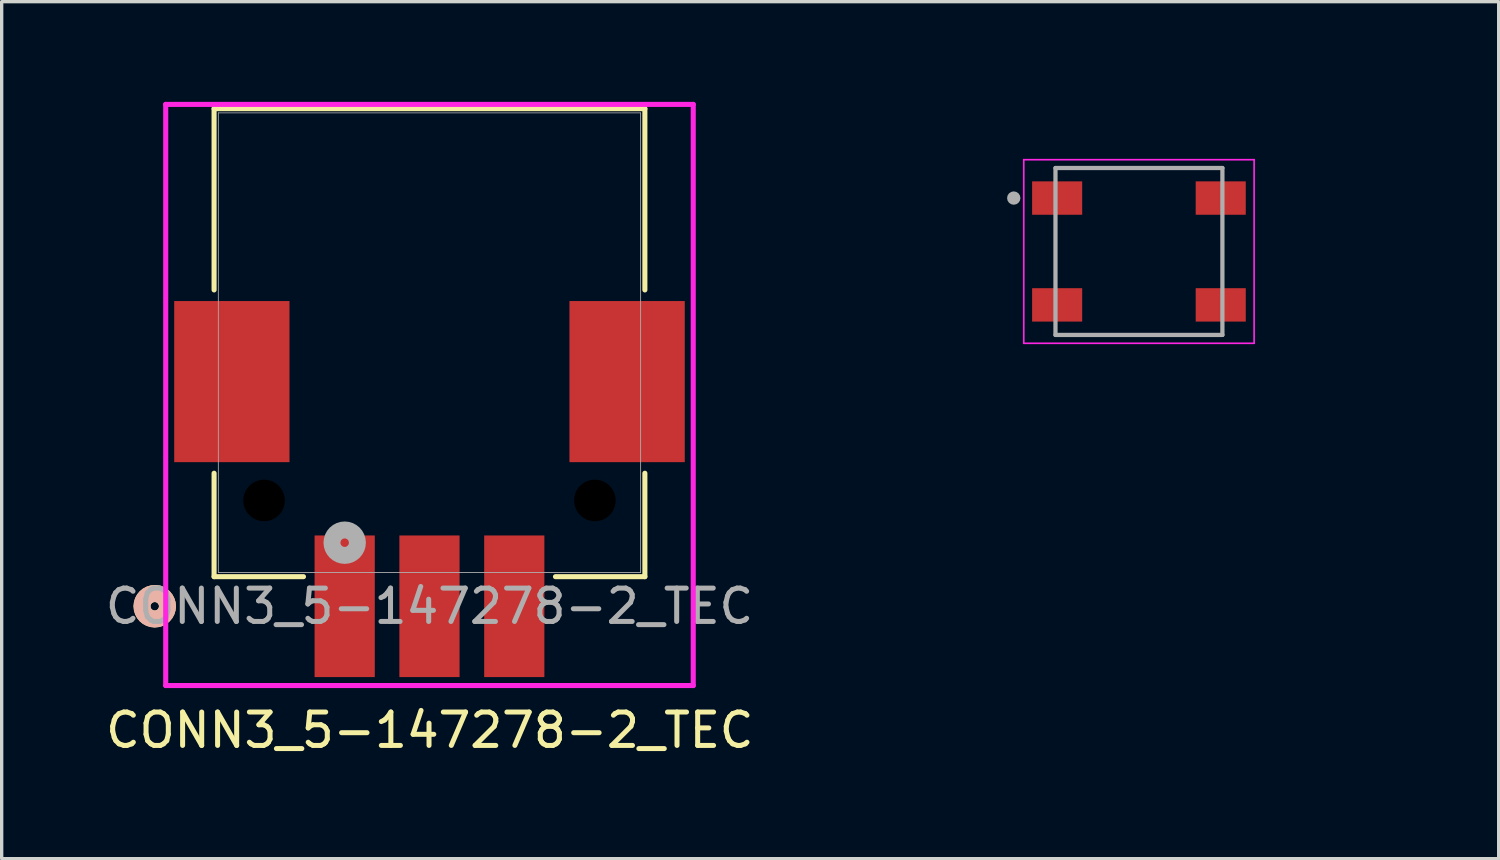
<source format=kicad_pcb>
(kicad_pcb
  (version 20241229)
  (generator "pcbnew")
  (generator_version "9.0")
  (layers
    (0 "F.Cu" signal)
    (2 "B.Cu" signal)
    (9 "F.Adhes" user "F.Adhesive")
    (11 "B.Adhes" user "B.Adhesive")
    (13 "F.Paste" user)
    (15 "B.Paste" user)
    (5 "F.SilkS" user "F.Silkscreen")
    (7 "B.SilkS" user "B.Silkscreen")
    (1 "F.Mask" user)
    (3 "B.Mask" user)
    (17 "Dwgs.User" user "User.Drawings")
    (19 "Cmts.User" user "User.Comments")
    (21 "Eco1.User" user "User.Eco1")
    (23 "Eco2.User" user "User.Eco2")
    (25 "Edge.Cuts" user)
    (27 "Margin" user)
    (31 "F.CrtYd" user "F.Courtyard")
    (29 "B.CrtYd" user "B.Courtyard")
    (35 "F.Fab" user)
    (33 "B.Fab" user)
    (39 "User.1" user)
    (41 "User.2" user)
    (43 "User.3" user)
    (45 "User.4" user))
  (footprint "LED_1655_SS-User.1"
    (layer "F.Cu")
    (at 31.067 4.483)
    (property "Reference" "LED_1655_SS-User.1" (at -0.325 -3.635 0) (layer "User.1") (effects (font (size 1 1) (thickness 0.15))))
    (attr smd)
    (fp_line (start -3.45 -2.75) (end 3.45 -2.75) (stroke (width 0.05) (type solid)) (layer "F.CrtYd"))
    (fp_line (start -3.45 2.75) (end -3.45 -2.75) (stroke (width 0.05) (type solid)) (layer "F.CrtYd"))
    (fp_line (start 3.45 -2.75) (end 3.45 2.75) (stroke (width 0.05) (type solid)) (layer "F.CrtYd"))
    (fp_line (start 3.45 2.75) (end -3.45 2.75) (stroke (width 0.05) (type solid)) (layer "F.CrtYd"))
    (fp_line (start -2.5 -2.5) (end -2.5 2.5) (stroke (width 0.127) (type solid)) (layer "F.Fab"))
    (fp_line (start -2.5 2.5) (end 2.5 2.5) (stroke (width 0.127) (type solid)) (layer "F.Fab"))
    (fp_line (start 2.5 -2.5) (end -2.5 -2.5) (stroke (width 0.127) (type solid)) (layer "F.Fab"))
    (fp_line (start 2.5 2.5) (end 2.5 -2.5) (stroke (width 0.127) (type solid)) (layer "F.Fab"))
    (fp_circle (center -3.75 -1.6) (end -3.65 -1.6) (stroke (width 0.2) (type solid)) (fill no) (layer "F.Fab"))
    (fp_line (start -2.5 0.786) (end -2.5 -0.786) (stroke (width 0.127) (type solid)) (layer "User.1"))
    (fp_line (start -2.5 2.5) (end 2.5 2.5) (stroke (width 0.127) (type solid)) (layer "User.1"))
    (fp_line (start 2.5 -2.5) (end -2.5 -2.5) (stroke (width 0.127) (type solid)) (layer "User.1"))
    (fp_line (start 2.5 0.786) (end 2.5 -0.786) (stroke (width 0.127) (type solid)) (layer "User.1"))
    (fp_circle (center -3.75 -1.6) (end -3.65 -1.6) (stroke (width 0.2) (type solid)) (fill no) (layer "User.1"))
    (pad "1" smd rect (at -2.45 -1.6) (size 1.5 1) (layers "F.Cu" "F.Mask" "F.Paste"))
    (pad "2" smd rect (at -2.45 1.6) (size 1.5 1) (layers "F.Cu" "F.Mask" "F.Paste"))
    (pad "3" smd rect (at 2.45 1.6) (size 1.5 1) (layers "F.Cu" "F.Mask" "F.Paste"))
    (pad "4" smd rect (at 2.45 -1.6) (size 1.5 1) (layers "F.Cu" "F.Mask" "F.Paste")))
  (footprint "CONN3_5-147278-2_TEC"
    (layer "F.Cu")
    (at 9.815 7.214)
    (property "Reference" "CONN3_5-147278-2_TEC" (at 0.01 11.61 0) (unlocked yes) (layer "F.SilkS") (effects (font (size 1 1) (thickness 0.15))))
    (attr smd)
    (fp_line (start -6.452 -7.01) (end -6.452 -1.579) (stroke (width 0.152) (type solid)) (layer "F.SilkS"))
    (fp_line (start -6.452 3.912) (end -6.452 7.01) (stroke (width 0.152) (type solid)) (layer "F.SilkS"))
    (fp_line (start -6.452 7.01) (end -3.774 7.01) (stroke (width 0.152) (type solid)) (layer "F.SilkS"))
    (fp_line (start 3.774 7.01) (end 6.452 7.01) (stroke (width 0.152) (type solid)) (layer "F.SilkS"))
    (fp_line (start 6.452 -7.01) (end -6.452 -7.01) (stroke (width 0.152) (type solid)) (layer "F.SilkS"))
    (fp_line (start 6.452 -1.579) (end 6.452 -7.01) (stroke (width 0.152) (type solid)) (layer "F.SilkS"))
    (fp_line (start 6.452 7.01) (end 6.452 3.912) (stroke (width 0.152) (type solid)) (layer "F.SilkS"))
    (fp_circle (center -8.23 7.897) (end -7.849 7.897) (stroke (width 0.508) (type solid)) (fill no) (layer "F.SilkS"))
    (fp_circle (center -8.23 7.897) (end -7.849 7.897) (stroke (width 0.508) (type solid)) (fill no) (layer "B.SilkS"))
    (fp_line (start -7.901 -7.137) (end -7.901 10.272) (stroke (width 0.152) (type solid)) (layer "F.CrtYd"))
    (fp_line (start -7.901 10.272) (end 7.901 10.272) (stroke (width 0.152) (type solid)) (layer "F.CrtYd"))
    (fp_line (start 7.901 -7.137) (end -7.901 -7.137) (stroke (width 0.152) (type solid)) (layer "F.CrtYd"))
    (fp_line (start 7.901 10.272) (end 7.901 -7.137) (stroke (width 0.152) (type solid)) (layer "F.CrtYd"))
    (fp_line (start -6.325 -6.883) (end -6.325 6.883) (stroke (width 0.025) (type solid)) (layer "F.Fab"))
    (fp_line (start -6.325 6.883) (end 6.325 6.883) (stroke (width 0.025) (type solid)) (layer "F.Fab"))
    (fp_line (start 6.325 -6.883) (end -6.325 -6.883) (stroke (width 0.025) (type solid)) (layer "F.Fab"))
    (fp_line (start 6.325 6.883) (end 6.325 -6.883) (stroke (width 0.025) (type solid)) (layer "F.Fab"))
    (fp_circle (center -2.54 5.992) (end -2.159 5.992) (stroke (width 0.508) (type solid)) (fill no) (layer "F.Fab"))
    (fp_text user "${REFERENCE}" (at 0 7.897 0) (unlocked yes) (layer "F.Fab") (effects (font (size 1 1) (thickness 0.15))))
    (pad "" np_thru_hole circle (at -4.955 4.727) (size 1.245 1.245) (drill 1.245) (layers))
    (pad "" np_thru_hole circle (at 4.955 4.727) (size 1.245 1.245) (drill 1.245) (layers))
    (pad "1" smd rect (at -2.54 7.897) (size 1.803 4.242) (layers "F.Cu" "F.Mask" "F.Paste"))
    (pad "2" smd rect (at 0 7.897) (size 1.803 4.242) (layers "F.Cu" "F.Mask" "F.Paste"))
    (pad "3" smd rect (at 2.54 7.897) (size 1.803 4.242) (layers "F.Cu" "F.Mask" "F.Paste"))
    (pad "4" smd rect (at -5.92 1.167) (size 3.454 4.826) (layers "F.Cu" "F.Mask" "F.Paste"))
    (pad "5" smd rect (at 5.92 1.167) (size 3.454 4.826) (layers "F.Cu" "F.Mask" "F.Paste")))
  (gr_rect
    (start -3 -3)
    (end 41.843 22.672)
    (stroke (width 0.1) (type default))
    (fill no)
    (layer "Edge.Cuts")))
</source>
